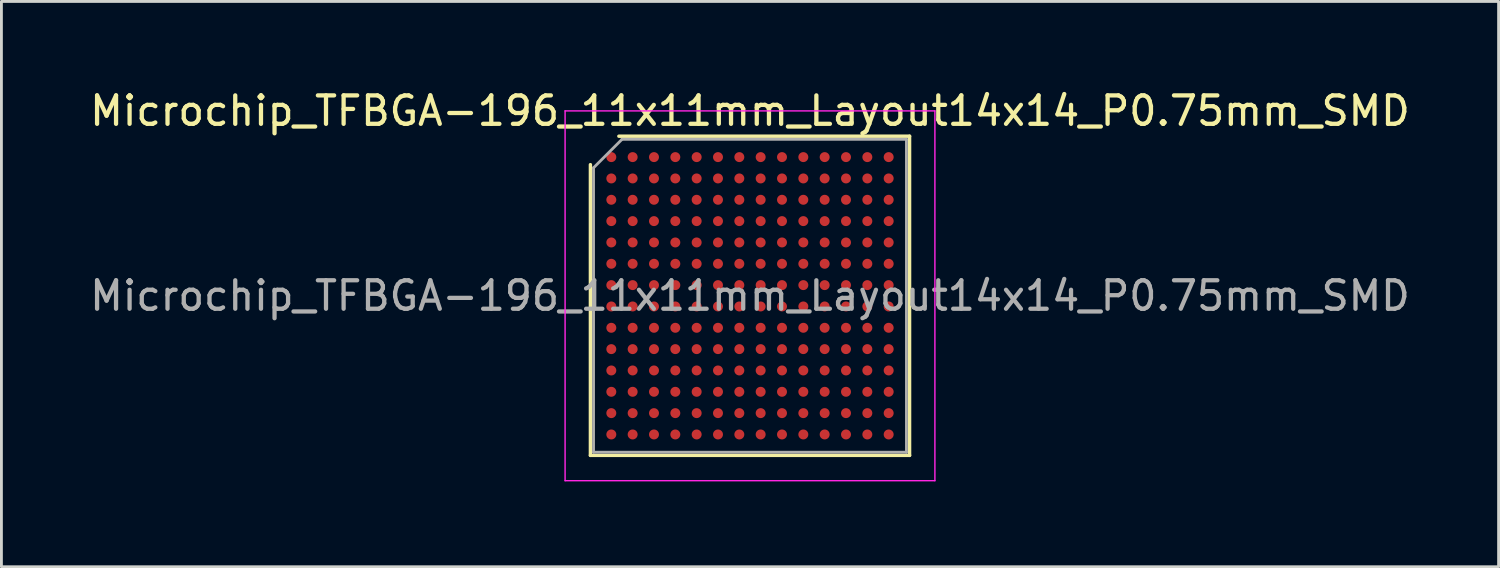
<source format=kicad_pcb>
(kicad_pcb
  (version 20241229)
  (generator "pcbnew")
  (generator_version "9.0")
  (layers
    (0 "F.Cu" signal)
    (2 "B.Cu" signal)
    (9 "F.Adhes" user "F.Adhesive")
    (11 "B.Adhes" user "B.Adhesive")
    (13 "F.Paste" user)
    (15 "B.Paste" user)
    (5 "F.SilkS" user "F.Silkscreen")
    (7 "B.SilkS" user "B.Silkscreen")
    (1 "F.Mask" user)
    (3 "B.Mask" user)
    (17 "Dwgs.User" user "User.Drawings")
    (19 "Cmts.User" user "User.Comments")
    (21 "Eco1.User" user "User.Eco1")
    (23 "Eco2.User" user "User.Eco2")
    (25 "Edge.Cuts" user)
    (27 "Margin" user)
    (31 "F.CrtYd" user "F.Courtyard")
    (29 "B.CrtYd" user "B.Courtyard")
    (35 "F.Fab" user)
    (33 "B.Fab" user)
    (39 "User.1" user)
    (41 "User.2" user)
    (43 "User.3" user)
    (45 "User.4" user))
  (footprint "Microchip_TFBGA-196_11x11mm_Layout14x14_P0.75mm_SMD"
    (layer "F.Cu")
    (at 23.315 7.348)
    (property "Reference" "Microchip_TFBGA-196_11x11mm_Layout14x14_P0.75mm_SMD" (at 0 -6.5 0) (layer "F.SilkS") (effects (font (size 1 1) (thickness 0.15))))
    (attr smd)
    (fp_line (start -5.61 5.61) (end -5.61 -4.61) (stroke (width 0.12) (type solid)) (layer "F.SilkS"))
    (fp_line (start -4.61 -5.61) (end 5.61 -5.61) (stroke (width 0.12) (type solid)) (layer "F.SilkS"))
    (fp_line (start 5.61 -5.61) (end 5.61 5.61) (stroke (width 0.12) (type solid)) (layer "F.SilkS"))
    (fp_line (start 5.61 5.61) (end -5.61 5.61) (stroke (width 0.12) (type solid)) (layer "F.SilkS"))
    (fp_line (start -6.5 -6.5) (end -6.5 6.5) (stroke (width 0.05) (type solid)) (layer "F.CrtYd"))
    (fp_line (start -6.5 6.5) (end 6.5 6.5) (stroke (width 0.05) (type solid)) (layer "F.CrtYd"))
    (fp_line (start 6.5 -6.5) (end -6.5 -6.5) (stroke (width 0.05) (type solid)) (layer "F.CrtYd"))
    (fp_line (start 6.5 6.5) (end 6.5 -6.5) (stroke (width 0.05) (type solid)) (layer "F.CrtYd"))
    (fp_line (start -5.5 -4.5) (end -4.5 -5.5) (stroke (width 0.1) (type solid)) (layer "F.Fab"))
    (fp_line (start -5.5 5.5) (end -5.5 -4.5) (stroke (width 0.1) (type solid)) (layer "F.Fab"))
    (fp_line (start -4.5 -5.5) (end 5.5 -5.5) (stroke (width 0.1) (type solid)) (layer "F.Fab"))
    (fp_line (start 5.5 -5.5) (end 5.5 5.5) (stroke (width 0.1) (type solid)) (layer "F.Fab"))
    (fp_line (start 5.5 5.5) (end -5.5 5.5) (stroke (width 0.1) (type solid)) (layer "F.Fab"))
    (fp_text user "${REFERENCE}" (at 0 0 0) (layer "F.Fab") (effects (font (size 1 1) (thickness 0.15))))
    (pad "A1" smd circle (at -4.875 -4.875) (size 0.35 0.35) (layers "F.Cu" "F.Mask" "F.Paste"))
    (pad "A2" smd circle (at -4.125 -4.875) (size 0.35 0.35) (layers "F.Cu" "F.Mask" "F.Paste"))
    (pad "A3" smd circle (at -3.375 -4.875) (size 0.35 0.35) (layers "F.Cu" "F.Mask" "F.Paste"))
    (pad "A4" smd circle (at -2.625 -4.875) (size 0.35 0.35) (layers "F.Cu" "F.Mask" "F.Paste"))
    (pad "A5" smd circle (at -1.875 -4.875) (size 0.35 0.35) (layers "F.Cu" "F.Mask" "F.Paste"))
    (pad "A6" smd circle (at -1.125 -4.875) (size 0.35 0.35) (layers "F.Cu" "F.Mask" "F.Paste"))
    (pad "A7" smd circle (at -0.375 -4.875) (size 0.35 0.35) (layers "F.Cu" "F.Mask" "F.Paste"))
    (pad "A8" smd circle (at 0.375 -4.875) (size 0.35 0.35) (layers "F.Cu" "F.Mask" "F.Paste"))
    (pad "A9" smd circle (at 1.125 -4.875) (size 0.35 0.35) (layers "F.Cu" "F.Mask" "F.Paste"))
    (pad "A10" smd circle (at 1.875 -4.875) (size 0.35 0.35) (layers "F.Cu" "F.Mask" "F.Paste"))
    (pad "A11" smd circle (at 2.625 -4.875) (size 0.35 0.35) (layers "F.Cu" "F.Mask" "F.Paste"))
    (pad "A12" smd circle (at 3.375 -4.875) (size 0.35 0.35) (layers "F.Cu" "F.Mask" "F.Paste"))
    (pad "A13" smd circle (at 4.125 -4.875) (size 0.35 0.35) (layers "F.Cu" "F.Mask" "F.Paste"))
    (pad "A14" smd circle (at 4.875 -4.875) (size 0.35 0.35) (layers "F.Cu" "F.Mask" "F.Paste"))
    (pad "B1" smd circle (at -4.875 -4.125) (size 0.35 0.35) (layers "F.Cu" "F.Mask" "F.Paste"))
    (pad "B2" smd circle (at -4.125 -4.125) (size 0.35 0.35) (layers "F.Cu" "F.Mask" "F.Paste"))
    (pad "B3" smd circle (at -3.375 -4.125) (size 0.35 0.35) (layers "F.Cu" "F.Mask" "F.Paste"))
    (pad "B4" smd circle (at -2.625 -4.125) (size 0.35 0.35) (layers "F.Cu" "F.Mask" "F.Paste"))
    (pad "B5" smd circle (at -1.875 -4.125) (size 0.35 0.35) (layers "F.Cu" "F.Mask" "F.Paste"))
    (pad "B6" smd circle (at -1.125 -4.125) (size 0.35 0.35) (layers "F.Cu" "F.Mask" "F.Paste"))
    (pad "B7" smd circle (at -0.375 -4.125) (size 0.35 0.35) (layers "F.Cu" "F.Mask" "F.Paste"))
    (pad "B8" smd circle (at 0.375 -4.125) (size 0.35 0.35) (layers "F.Cu" "F.Mask" "F.Paste"))
    (pad "B9" smd circle (at 1.125 -4.125) (size 0.35 0.35) (layers "F.Cu" "F.Mask" "F.Paste"))
    (pad "B10" smd circle (at 1.875 -4.125) (size 0.35 0.35) (layers "F.Cu" "F.Mask" "F.Paste"))
    (pad "B11" smd circle (at 2.625 -4.125) (size 0.35 0.35) (layers "F.Cu" "F.Mask" "F.Paste"))
    (pad "B12" smd circle (at 3.375 -4.125) (size 0.35 0.35) (layers "F.Cu" "F.Mask" "F.Paste"))
    (pad "B13" smd circle (at 4.125 -4.125) (size 0.35 0.35) (layers "F.Cu" "F.Mask" "F.Paste"))
    (pad "B14" smd circle (at 4.875 -4.125) (size 0.35 0.35) (layers "F.Cu" "F.Mask" "F.Paste"))
    (pad "C1" smd circle (at -4.875 -3.375) (size 0.35 0.35) (layers "F.Cu" "F.Mask" "F.Paste"))
    (pad "C2" smd circle (at -4.125 -3.375) (size 0.35 0.35) (layers "F.Cu" "F.Mask" "F.Paste"))
    (pad "C3" smd circle (at -3.375 -3.375) (size 0.35 0.35) (layers "F.Cu" "F.Mask" "F.Paste"))
    (pad "C4" smd circle (at -2.625 -3.375) (size 0.35 0.35) (layers "F.Cu" "F.Mask" "F.Paste"))
    (pad "C5" smd circle (at -1.875 -3.375) (size 0.35 0.35) (layers "F.Cu" "F.Mask" "F.Paste"))
    (pad "C6" smd circle (at -1.125 -3.375) (size 0.35 0.35) (layers "F.Cu" "F.Mask" "F.Paste"))
    (pad "C7" smd circle (at -0.375 -3.375) (size 0.35 0.35) (layers "F.Cu" "F.Mask" "F.Paste"))
    (pad "C8" smd circle (at 0.375 -3.375) (size 0.35 0.35) (layers "F.Cu" "F.Mask" "F.Paste"))
    (pad "C9" smd circle (at 1.125 -3.375) (size 0.35 0.35) (layers "F.Cu" "F.Mask" "F.Paste"))
    (pad "C10" smd circle (at 1.875 -3.375) (size 0.35 0.35) (layers "F.Cu" "F.Mask" "F.Paste"))
    (pad "C11" smd circle (at 2.625 -3.375) (size 0.35 0.35) (layers "F.Cu" "F.Mask" "F.Paste"))
    (pad "C12" smd circle (at 3.375 -3.375) (size 0.35 0.35) (layers "F.Cu" "F.Mask" "F.Paste"))
    (pad "C13" smd circle (at 4.125 -3.375) (size 0.35 0.35) (layers "F.Cu" "F.Mask" "F.Paste"))
    (pad "C14" smd circle (at 4.875 -3.375) (size 0.35 0.35) (layers "F.Cu" "F.Mask" "F.Paste"))
    (pad "D1" smd circle (at -4.875 -2.625) (size 0.35 0.35) (layers "F.Cu" "F.Mask" "F.Paste"))
    (pad "D2" smd circle (at -4.125 -2.625) (size 0.35 0.35) (layers "F.Cu" "F.Mask" "F.Paste"))
    (pad "D3" smd circle (at -3.375 -2.625) (size 0.35 0.35) (layers "F.Cu" "F.Mask" "F.Paste"))
    (pad "D4" smd circle (at -2.625 -2.625) (size 0.35 0.35) (layers "F.Cu" "F.Mask" "F.Paste"))
    (pad "D5" smd circle (at -1.875 -2.625) (size 0.35 0.35) (layers "F.Cu" "F.Mask" "F.Paste"))
    (pad "D6" smd circle (at -1.125 -2.625) (size 0.35 0.35) (layers "F.Cu" "F.Mask" "F.Paste"))
    (pad "D7" smd circle (at -0.375 -2.625) (size 0.35 0.35) (layers "F.Cu" "F.Mask" "F.Paste"))
    (pad "D8" smd circle (at 0.375 -2.625) (size 0.35 0.35) (layers "F.Cu" "F.Mask" "F.Paste"))
    (pad "D9" smd circle (at 1.125 -2.625) (size 0.35 0.35) (layers "F.Cu" "F.Mask" "F.Paste"))
    (pad "D10" smd circle (at 1.875 -2.625) (size 0.35 0.35) (layers "F.Cu" "F.Mask" "F.Paste"))
    (pad "D11" smd circle (at 2.625 -2.625) (size 0.35 0.35) (layers "F.Cu" "F.Mask" "F.Paste"))
    (pad "D12" smd circle (at 3.375 -2.625) (size 0.35 0.35) (layers "F.Cu" "F.Mask" "F.Paste"))
    (pad "D13" smd circle (at 4.125 -2.625) (size 0.35 0.35) (layers "F.Cu" "F.Mask" "F.Paste"))
    (pad "D14" smd circle (at 4.875 -2.625) (size 0.35 0.35) (layers "F.Cu" "F.Mask" "F.Paste"))
    (pad "E1" smd circle (at -4.875 -1.875) (size 0.35 0.35) (layers "F.Cu" "F.Mask" "F.Paste"))
    (pad "E2" smd circle (at -4.125 -1.875) (size 0.35 0.35) (layers "F.Cu" "F.Mask" "F.Paste"))
    (pad "E3" smd circle (at -3.375 -1.875) (size 0.35 0.35) (layers "F.Cu" "F.Mask" "F.Paste"))
    (pad "E4" smd circle (at -2.625 -1.875) (size 0.35 0.35) (layers "F.Cu" "F.Mask" "F.Paste"))
    (pad "E5" smd circle (at -1.875 -1.875) (size 0.35 0.35) (layers "F.Cu" "F.Mask" "F.Paste"))
    (pad "E6" smd circle (at -1.125 -1.875) (size 0.35 0.35) (layers "F.Cu" "F.Mask" "F.Paste"))
    (pad "E7" smd circle (at -0.375 -1.875) (size 0.35 0.35) (layers "F.Cu" "F.Mask" "F.Paste"))
    (pad "E8" smd circle (at 0.375 -1.875) (size 0.35 0.35) (layers "F.Cu" "F.Mask" "F.Paste"))
    (pad "E9" smd circle (at 1.125 -1.875) (size 0.35 0.35) (layers "F.Cu" "F.Mask" "F.Paste"))
    (pad "E10" smd circle (at 1.875 -1.875) (size 0.35 0.35) (layers "F.Cu" "F.Mask" "F.Paste"))
    (pad "E11" smd circle (at 2.625 -1.875) (size 0.35 0.35) (layers "F.Cu" "F.Mask" "F.Paste"))
    (pad "E12" smd circle (at 3.375 -1.875) (size 0.35 0.35) (layers "F.Cu" "F.Mask" "F.Paste"))
    (pad "E13" smd circle (at 4.125 -1.875) (size 0.35 0.35) (layers "F.Cu" "F.Mask" "F.Paste"))
    (pad "E14" smd circle (at 4.875 -1.875) (size 0.35 0.35) (layers "F.Cu" "F.Mask" "F.Paste"))
    (pad "F1" smd circle (at -4.875 -1.125) (size 0.35 0.35) (layers "F.Cu" "F.Mask" "F.Paste"))
    (pad "F2" smd circle (at -4.125 -1.125) (size 0.35 0.35) (layers "F.Cu" "F.Mask" "F.Paste"))
    (pad "F3" smd circle (at -3.375 -1.125) (size 0.35 0.35) (layers "F.Cu" "F.Mask" "F.Paste"))
    (pad "F4" smd circle (at -2.625 -1.125) (size 0.35 0.35) (layers "F.Cu" "F.Mask" "F.Paste"))
    (pad "F5" smd circle (at -1.875 -1.125) (size 0.35 0.35) (layers "F.Cu" "F.Mask" "F.Paste"))
    (pad "F6" smd circle (at -1.125 -1.125) (size 0.35 0.35) (layers "F.Cu" "F.Mask" "F.Paste"))
    (pad "F7" smd circle (at -0.375 -1.125) (size 0.35 0.35) (layers "F.Cu" "F.Mask" "F.Paste"))
    (pad "F8" smd circle (at 0.375 -1.125) (size 0.35 0.35) (layers "F.Cu" "F.Mask" "F.Paste"))
    (pad "F9" smd circle (at 1.125 -1.125) (size 0.35 0.35) (layers "F.Cu" "F.Mask" "F.Paste"))
    (pad "F10" smd circle (at 1.875 -1.125) (size 0.35 0.35) (layers "F.Cu" "F.Mask" "F.Paste"))
    (pad "F11" smd circle (at 2.625 -1.125) (size 0.35 0.35) (layers "F.Cu" "F.Mask" "F.Paste"))
    (pad "F12" smd circle (at 3.375 -1.125) (size 0.35 0.35) (layers "F.Cu" "F.Mask" "F.Paste"))
    (pad "F13" smd circle (at 4.125 -1.125) (size 0.35 0.35) (layers "F.Cu" "F.Mask" "F.Paste"))
    (pad "F14" smd circle (at 4.875 -1.125) (size 0.35 0.35) (layers "F.Cu" "F.Mask" "F.Paste"))
    (pad "G1" smd circle (at -4.875 -0.375) (size 0.35 0.35) (layers "F.Cu" "F.Mask" "F.Paste"))
    (pad "G2" smd circle (at -4.125 -0.375) (size 0.35 0.35) (layers "F.Cu" "F.Mask" "F.Paste"))
    (pad "G3" smd circle (at -3.375 -0.375) (size 0.35 0.35) (layers "F.Cu" "F.Mask" "F.Paste"))
    (pad "G4" smd circle (at -2.625 -0.375) (size 0.35 0.35) (layers "F.Cu" "F.Mask" "F.Paste"))
    (pad "G5" smd circle (at -1.875 -0.375) (size 0.35 0.35) (layers "F.Cu" "F.Mask" "F.Paste"))
    (pad "G6" smd circle (at -1.125 -0.375) (size 0.35 0.35) (layers "F.Cu" "F.Mask" "F.Paste"))
    (pad "G7" smd circle (at -0.375 -0.375) (size 0.35 0.35) (layers "F.Cu" "F.Mask" "F.Paste"))
    (pad "G8" smd circle (at 0.375 -0.375) (size 0.35 0.35) (layers "F.Cu" "F.Mask" "F.Paste"))
    (pad "G9" smd circle (at 1.125 -0.375) (size 0.35 0.35) (layers "F.Cu" "F.Mask" "F.Paste"))
    (pad "G10" smd circle (at 1.875 -0.375) (size 0.35 0.35) (layers "F.Cu" "F.Mask" "F.Paste"))
    (pad "G11" smd circle (at 2.625 -0.375) (size 0.35 0.35) (layers "F.Cu" "F.Mask" "F.Paste"))
    (pad "G12" smd circle (at 3.375 -0.375) (size 0.35 0.35) (layers "F.Cu" "F.Mask" "F.Paste"))
    (pad "G13" smd circle (at 4.125 -0.375) (size 0.35 0.35) (layers "F.Cu" "F.Mask" "F.Paste"))
    (pad "G14" smd circle (at 4.875 -0.375) (size 0.35 0.35) (layers "F.Cu" "F.Mask" "F.Paste"))
    (pad "H1" smd circle (at -4.875 0.375) (size 0.35 0.35) (layers "F.Cu" "F.Mask" "F.Paste"))
    (pad "H2" smd circle (at -4.125 0.375) (size 0.35 0.35) (layers "F.Cu" "F.Mask" "F.Paste"))
    (pad "H3" smd circle (at -3.375 0.375) (size 0.35 0.35) (layers "F.Cu" "F.Mask" "F.Paste"))
    (pad "H4" smd circle (at -2.625 0.375) (size 0.35 0.35) (layers "F.Cu" "F.Mask" "F.Paste"))
    (pad "H5" smd circle (at -1.875 0.375) (size 0.35 0.35) (layers "F.Cu" "F.Mask" "F.Paste"))
    (pad "H6" smd circle (at -1.125 0.375) (size 0.35 0.35) (layers "F.Cu" "F.Mask" "F.Paste"))
    (pad "H7" smd circle (at -0.375 0.375) (size 0.35 0.35) (layers "F.Cu" "F.Mask" "F.Paste"))
    (pad "H8" smd circle (at 0.375 0.375) (size 0.35 0.35) (layers "F.Cu" "F.Mask" "F.Paste"))
    (pad "H9" smd circle (at 1.125 0.375) (size 0.35 0.35) (layers "F.Cu" "F.Mask" "F.Paste"))
    (pad "H10" smd circle (at 1.875 0.375) (size 0.35 0.35) (layers "F.Cu" "F.Mask" "F.Paste"))
    (pad "H11" smd circle (at 2.625 0.375) (size 0.35 0.35) (layers "F.Cu" "F.Mask" "F.Paste"))
    (pad "H12" smd circle (at 3.375 0.375) (size 0.35 0.35) (layers "F.Cu" "F.Mask" "F.Paste"))
    (pad "H13" smd circle (at 4.125 0.375) (size 0.35 0.35) (layers "F.Cu" "F.Mask" "F.Paste"))
    (pad "H14" smd circle (at 4.875 0.375) (size 0.35 0.35) (layers "F.Cu" "F.Mask" "F.Paste"))
    (pad "J1" smd circle (at -4.875 1.125) (size 0.35 0.35) (layers "F.Cu" "F.Mask" "F.Paste"))
    (pad "J2" smd circle (at -4.125 1.125) (size 0.35 0.35) (layers "F.Cu" "F.Mask" "F.Paste"))
    (pad "J3" smd circle (at -3.375 1.125) (size 0.35 0.35) (layers "F.Cu" "F.Mask" "F.Paste"))
    (pad "J4" smd circle (at -2.625 1.125) (size 0.35 0.35) (layers "F.Cu" "F.Mask" "F.Paste"))
    (pad "J5" smd circle (at -1.875 1.125) (size 0.35 0.35) (layers "F.Cu" "F.Mask" "F.Paste"))
    (pad "J6" smd circle (at -1.125 1.125) (size 0.35 0.35) (layers "F.Cu" "F.Mask" "F.Paste"))
    (pad "J7" smd circle (at -0.375 1.125) (size 0.35 0.35) (layers "F.Cu" "F.Mask" "F.Paste"))
    (pad "J8" smd circle (at 0.375 1.125) (size 0.35 0.35) (layers "F.Cu" "F.Mask" "F.Paste"))
    (pad "J9" smd circle (at 1.125 1.125) (size 0.35 0.35) (layers "F.Cu" "F.Mask" "F.Paste"))
    (pad "J10" smd circle (at 1.875 1.125) (size 0.35 0.35) (layers "F.Cu" "F.Mask" "F.Paste"))
    (pad "J11" smd circle (at 2.625 1.125) (size 0.35 0.35) (layers "F.Cu" "F.Mask" "F.Paste"))
    (pad "J12" smd circle (at 3.375 1.125) (size 0.35 0.35) (layers "F.Cu" "F.Mask" "F.Paste"))
    (pad "J13" smd circle (at 4.125 1.125) (size 0.35 0.35) (layers "F.Cu" "F.Mask" "F.Paste"))
    (pad "J14" smd circle (at 4.875 1.125) (size 0.35 0.35) (layers "F.Cu" "F.Mask" "F.Paste"))
    (pad "K1" smd circle (at -4.875 1.875) (size 0.35 0.35) (layers "F.Cu" "F.Mask" "F.Paste"))
    (pad "K2" smd circle (at -4.125 1.875) (size 0.35 0.35) (layers "F.Cu" "F.Mask" "F.Paste"))
    (pad "K3" smd circle (at -3.375 1.875) (size 0.35 0.35) (layers "F.Cu" "F.Mask" "F.Paste"))
    (pad "K4" smd circle (at -2.625 1.875) (size 0.35 0.35) (layers "F.Cu" "F.Mask" "F.Paste"))
    (pad "K5" smd circle (at -1.875 1.875) (size 0.35 0.35) (layers "F.Cu" "F.Mask" "F.Paste"))
    (pad "K6" smd circle (at -1.125 1.875) (size 0.35 0.35) (layers "F.Cu" "F.Mask" "F.Paste"))
    (pad "K7" smd circle (at -0.375 1.875) (size 0.35 0.35) (layers "F.Cu" "F.Mask" "F.Paste"))
    (pad "K8" smd circle (at 0.375 1.875) (size 0.35 0.35) (layers "F.Cu" "F.Mask" "F.Paste"))
    (pad "K9" smd circle (at 1.125 1.875) (size 0.35 0.35) (layers "F.Cu" "F.Mask" "F.Paste"))
    (pad "K10" smd circle (at 1.875 1.875) (size 0.35 0.35) (layers "F.Cu" "F.Mask" "F.Paste"))
    (pad "K11" smd circle (at 2.625 1.875) (size 0.35 0.35) (layers "F.Cu" "F.Mask" "F.Paste"))
    (pad "K12" smd circle (at 3.375 1.875) (size 0.35 0.35) (layers "F.Cu" "F.Mask" "F.Paste"))
    (pad "K13" smd circle (at 4.125 1.875) (size 0.35 0.35) (layers "F.Cu" "F.Mask" "F.Paste"))
    (pad "K14" smd circle (at 4.875 1.875) (size 0.35 0.35) (layers "F.Cu" "F.Mask" "F.Paste"))
    (pad "L1" smd circle (at -4.875 2.625) (size 0.35 0.35) (layers "F.Cu" "F.Mask" "F.Paste"))
    (pad "L2" smd circle (at -4.125 2.625) (size 0.35 0.35) (layers "F.Cu" "F.Mask" "F.Paste"))
    (pad "L3" smd circle (at -3.375 2.625) (size 0.35 0.35) (layers "F.Cu" "F.Mask" "F.Paste"))
    (pad "L4" smd circle (at -2.625 2.625) (size 0.35 0.35) (layers "F.Cu" "F.Mask" "F.Paste"))
    (pad "L5" smd circle (at -1.875 2.625) (size 0.35 0.35) (layers "F.Cu" "F.Mask" "F.Paste"))
    (pad "L6" smd circle (at -1.125 2.625) (size 0.35 0.35) (layers "F.Cu" "F.Mask" "F.Paste"))
    (pad "L7" smd circle (at -0.375 2.625) (size 0.35 0.35) (layers "F.Cu" "F.Mask" "F.Paste"))
    (pad "L8" smd circle (at 0.375 2.625) (size 0.35 0.35) (layers "F.Cu" "F.Mask" "F.Paste"))
    (pad "L9" smd circle (at 1.125 2.625) (size 0.35 0.35) (layers "F.Cu" "F.Mask" "F.Paste"))
    (pad "L10" smd circle (at 1.875 2.625) (size 0.35 0.35) (layers "F.Cu" "F.Mask" "F.Paste"))
    (pad "L11" smd circle (at 2.625 2.625) (size 0.35 0.35) (layers "F.Cu" "F.Mask" "F.Paste"))
    (pad "L12" smd circle (at 3.375 2.625) (size 0.35 0.35) (layers "F.Cu" "F.Mask" "F.Paste"))
    (pad "L13" smd circle (at 4.125 2.625) (size 0.35 0.35) (layers "F.Cu" "F.Mask" "F.Paste"))
    (pad "L14" smd circle (at 4.875 2.625) (size 0.35 0.35) (layers "F.Cu" "F.Mask" "F.Paste"))
    (pad "M1" smd circle (at -4.875 3.375) (size 0.35 0.35) (layers "F.Cu" "F.Mask" "F.Paste"))
    (pad "M2" smd circle (at -4.125 3.375) (size 0.35 0.35) (layers "F.Cu" "F.Mask" "F.Paste"))
    (pad "M3" smd circle (at -3.375 3.375) (size 0.35 0.35) (layers "F.Cu" "F.Mask" "F.Paste"))
    (pad "M4" smd circle (at -2.625 3.375) (size 0.35 0.35) (layers "F.Cu" "F.Mask" "F.Paste"))
    (pad "M5" smd circle (at -1.875 3.375) (size 0.35 0.35) (layers "F.Cu" "F.Mask" "F.Paste"))
    (pad "M6" smd circle (at -1.125 3.375) (size 0.35 0.35) (layers "F.Cu" "F.Mask" "F.Paste"))
    (pad "M7" smd circle (at -0.375 3.375) (size 0.35 0.35) (layers "F.Cu" "F.Mask" "F.Paste"))
    (pad "M8" smd circle (at 0.375 3.375) (size 0.35 0.35) (layers "F.Cu" "F.Mask" "F.Paste"))
    (pad "M9" smd circle (at 1.125 3.375) (size 0.35 0.35) (layers "F.Cu" "F.Mask" "F.Paste"))
    (pad "M10" smd circle (at 1.875 3.375) (size 0.35 0.35) (layers "F.Cu" "F.Mask" "F.Paste"))
    (pad "M11" smd circle (at 2.625 3.375) (size 0.35 0.35) (layers "F.Cu" "F.Mask" "F.Paste"))
    (pad "M12" smd circle (at 3.375 3.375) (size 0.35 0.35) (layers "F.Cu" "F.Mask" "F.Paste"))
    (pad "M13" smd circle (at 4.125 3.375) (size 0.35 0.35) (layers "F.Cu" "F.Mask" "F.Paste"))
    (pad "M14" smd circle (at 4.875 3.375) (size 0.35 0.35) (layers "F.Cu" "F.Mask" "F.Paste"))
    (pad "N1" smd circle (at -4.875 4.125) (size 0.35 0.35) (layers "F.Cu" "F.Mask" "F.Paste"))
    (pad "N2" smd circle (at -4.125 4.125) (size 0.35 0.35) (layers "F.Cu" "F.Mask" "F.Paste"))
    (pad "N3" smd circle (at -3.375 4.125) (size 0.35 0.35) (layers "F.Cu" "F.Mask" "F.Paste"))
    (pad "N4" smd circle (at -2.625 4.125) (size 0.35 0.35) (layers "F.Cu" "F.Mask" "F.Paste"))
    (pad "N5" smd circle (at -1.875 4.125) (size 0.35 0.35) (layers "F.Cu" "F.Mask" "F.Paste"))
    (pad "N6" smd circle (at -1.125 4.125) (size 0.35 0.35) (layers "F.Cu" "F.Mask" "F.Paste"))
    (pad "N7" smd circle (at -0.375 4.125) (size 0.35 0.35) (layers "F.Cu" "F.Mask" "F.Paste"))
    (pad "N8" smd circle (at 0.375 4.125) (size 0.35 0.35) (layers "F.Cu" "F.Mask" "F.Paste"))
    (pad "N9" smd circle (at 1.125 4.125) (size 0.35 0.35) (layers "F.Cu" "F.Mask" "F.Paste"))
    (pad "N10" smd circle (at 1.875 4.125) (size 0.35 0.35) (layers "F.Cu" "F.Mask" "F.Paste"))
    (pad "N11" smd circle (at 2.625 4.125) (size 0.35 0.35) (layers "F.Cu" "F.Mask" "F.Paste"))
    (pad "N12" smd circle (at 3.375 4.125) (size 0.35 0.35) (layers "F.Cu" "F.Mask" "F.Paste"))
    (pad "N13" smd circle (at 4.125 4.125) (size 0.35 0.35) (layers "F.Cu" "F.Mask" "F.Paste"))
    (pad "N14" smd circle (at 4.875 4.125) (size 0.35 0.35) (layers "F.Cu" "F.Mask" "F.Paste"))
    (pad "P1" smd circle (at -4.875 4.875) (size 0.35 0.35) (layers "F.Cu" "F.Mask" "F.Paste"))
    (pad "P2" smd circle (at -4.125 4.875) (size 0.35 0.35) (layers "F.Cu" "F.Mask" "F.Paste"))
    (pad "P3" smd circle (at -3.375 4.875) (size 0.35 0.35) (layers "F.Cu" "F.Mask" "F.Paste"))
    (pad "P4" smd circle (at -2.625 4.875) (size 0.35 0.35) (layers "F.Cu" "F.Mask" "F.Paste"))
    (pad "P5" smd circle (at -1.875 4.875) (size 0.35 0.35) (layers "F.Cu" "F.Mask" "F.Paste"))
    (pad "P6" smd circle (at -1.125 4.875) (size 0.35 0.35) (layers "F.Cu" "F.Mask" "F.Paste"))
    (pad "P7" smd circle (at -0.375 4.875) (size 0.35 0.35) (layers "F.Cu" "F.Mask" "F.Paste"))
    (pad "P8" smd circle (at 0.375 4.875) (size 0.35 0.35) (layers "F.Cu" "F.Mask" "F.Paste"))
    (pad "P9" smd circle (at 1.125 4.875) (size 0.35 0.35) (layers "F.Cu" "F.Mask" "F.Paste"))
    (pad "P10" smd circle (at 1.875 4.875) (size 0.35 0.35) (layers "F.Cu" "F.Mask" "F.Paste"))
    (pad "P11" smd circle (at 2.625 4.875) (size 0.35 0.35) (layers "F.Cu" "F.Mask" "F.Paste"))
    (pad "P12" smd circle (at 3.375 4.875) (size 0.35 0.35) (layers "F.Cu" "F.Mask" "F.Paste"))
    (pad "P13" smd circle (at 4.125 4.875) (size 0.35 0.35) (layers "F.Cu" "F.Mask" "F.Paste"))
    (pad "P14" smd circle (at 4.875 4.875) (size 0.35 0.35) (layers "F.Cu" "F.Mask" "F.Paste")))
  (gr_rect
    (start -3 -3)
    (end 49.631 16.873)
    (stroke (width 0.1) (type default))
    (fill no)
    (layer "Edge.Cuts")))
</source>
